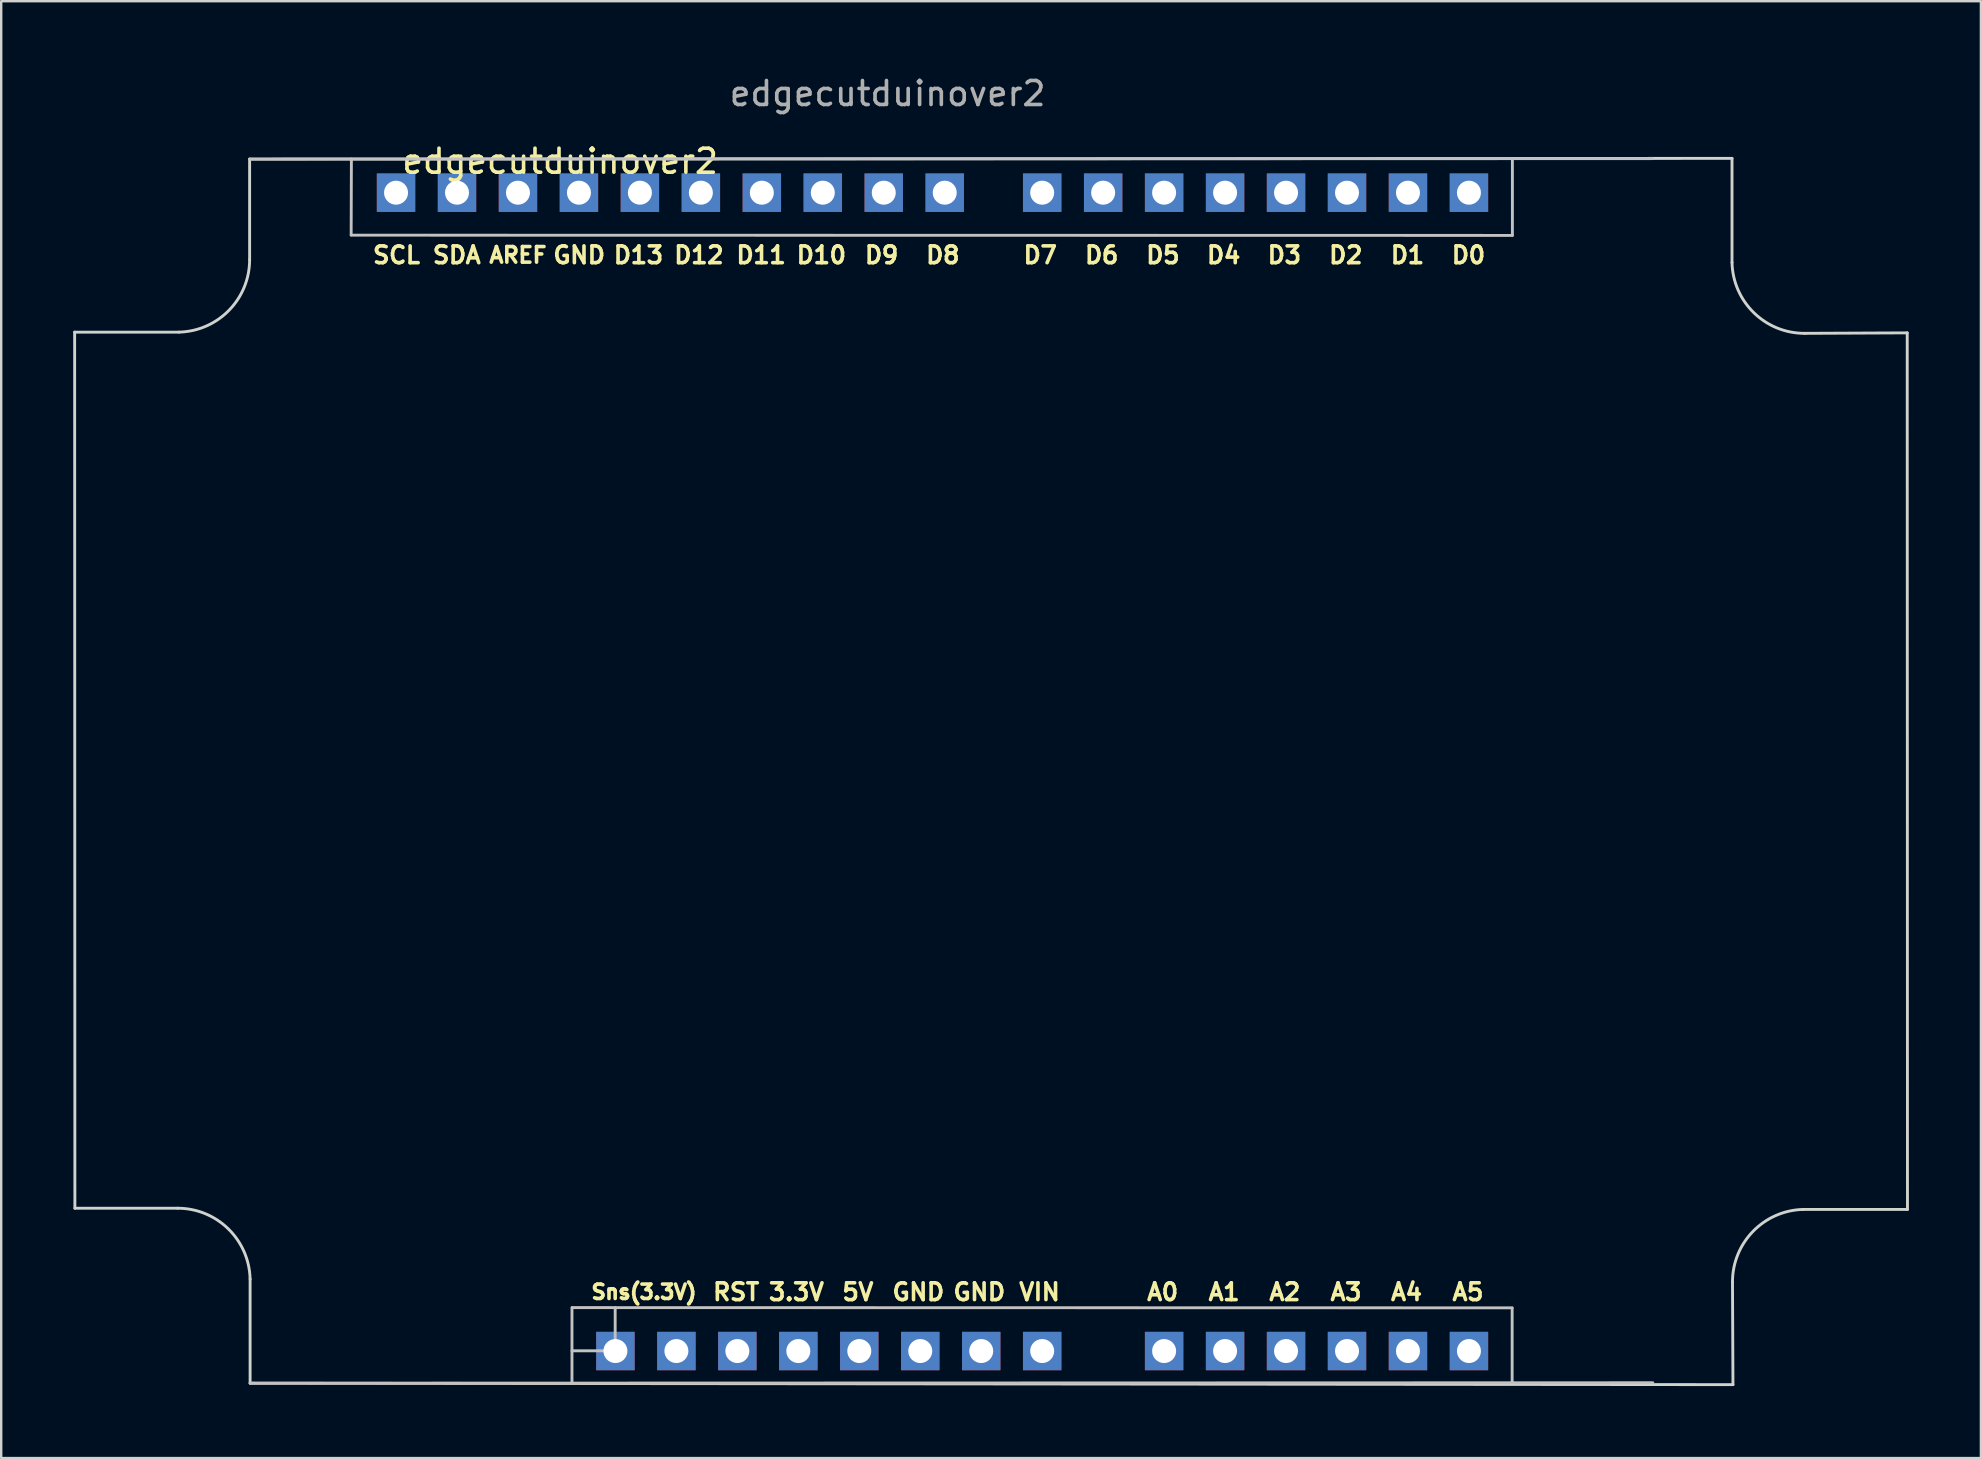
<source format=kicad_pcb>
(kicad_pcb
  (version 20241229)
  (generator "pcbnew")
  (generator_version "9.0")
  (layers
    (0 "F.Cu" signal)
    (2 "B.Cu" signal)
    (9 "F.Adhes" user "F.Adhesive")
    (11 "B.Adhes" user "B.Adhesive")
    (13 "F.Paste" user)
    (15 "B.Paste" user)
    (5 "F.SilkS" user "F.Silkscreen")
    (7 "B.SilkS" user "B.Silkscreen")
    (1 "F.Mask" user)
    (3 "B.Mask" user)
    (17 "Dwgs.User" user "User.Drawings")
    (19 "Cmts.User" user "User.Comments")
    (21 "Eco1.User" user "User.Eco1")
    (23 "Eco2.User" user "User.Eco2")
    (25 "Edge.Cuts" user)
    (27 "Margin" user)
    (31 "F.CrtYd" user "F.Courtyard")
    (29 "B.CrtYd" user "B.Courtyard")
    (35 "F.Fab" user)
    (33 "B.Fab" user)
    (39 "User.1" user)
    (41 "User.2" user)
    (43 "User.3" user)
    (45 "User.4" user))
  (footprint "edgecutduinover2"
    (layer "F.Cu")
    (at 20.01 2.288)
    (property "Reference" "edgecutduinover2" (at 0.277 1.381 0) (layer "F.SilkS") (effects (font (size 1 1) (thickness 0.15))))
    (attr through_hole)
    (fp_line (start -12.66 1.29) (end 45.78 1.27) (stroke (width 0.12) (type solid)) (layer "Dwgs.User"))
    (fp_line (start -12.64 52.29) (end 45.8 52.27) (stroke (width 0.12) (type solid)) (layer "Dwgs.User"))
    (fp_line (start -8.43 4.46) (end 39.95 4.47) (stroke (width 0.12) (type solid)) (layer "Dwgs.User"))
    (fp_line (start -8.42 1.29) (end -8.43 4.45) (stroke (width 0.12) (type solid)) (layer "Dwgs.User"))
    (fp_line (start 0.77 52.3) (end 0.77 49.14) (stroke (width 0.12) (type solid)) (layer "Dwgs.User"))
    (fp_line (start 0.78 49.14) (end 39.94 49.15) (stroke (width 0.12) (type solid)) (layer "Dwgs.User"))
    (fp_line (start 2.57 50.94) (end 0.77 50.94) (stroke (width 0.12) (type solid)) (layer "Dwgs.User"))
    (fp_line (start 2.57 50.94) (end 2.57 49.14) (stroke (width 0.12) (type solid)) (layer "Dwgs.User"))
    (fp_line (start 39.94 52.29) (end 39.94 49.16) (stroke (width 0.12) (type solid)) (layer "Dwgs.User"))
    (fp_line (start 39.95 1.34) (end 39.95 4.47) (stroke (width 0.12) (type solid)) (layer "Dwgs.User"))
    (fp_line (start -19.95 8.5) (end -19.94 45) (stroke (width 0.12) (type solid)) (layer "Edge.Cuts"))
    (fp_line (start -19.95 8.5) (end -15.61 8.5) (stroke (width 0.12) (type solid)) (layer "Edge.Cuts"))
    (fp_line (start -19.94 45) (end -15.66 45) (stroke (width 0.12) (type solid)) (layer "Edge.Cuts"))
    (fp_line (start -12.66 1.29) (end -12.66 5.48) (stroke (width 0.12) (type solid)) (layer "Edge.Cuts"))
    (fp_line (start -12.66 1.29) (end 49.1 1.26) (stroke (width 0.12) (type solid)) (layer "Edge.Cuts"))
    (fp_line (start -12.64 52.29) (end -12.64 47.95) (stroke (width 0.12) (type solid)) (layer "Edge.Cuts"))
    (fp_line (start -12.64 52.29) (end 49.14 52.35) (stroke (width 0.12) (type solid)) (layer "Edge.Cuts"))
    (fp_line (start 49.1 1.26) (end 49.1 5.6) (stroke (width 0.12) (type solid)) (layer "Edge.Cuts"))
    (fp_line (start 49.14 52.35) (end 49.12 48.07) (stroke (width 0.12) (type solid)) (layer "Edge.Cuts"))
    (fp_line (start 56.4 8.53) (end 52.12 8.55) (stroke (width 0.12) (type solid)) (layer "Edge.Cuts"))
    (fp_line (start 56.41 45.05) (end 52.07 45.05) (stroke (width 0.12) (type solid)) (layer "Edge.Cuts"))
    (fp_line (start 56.41 45.05) (end 56.4 8.53) (stroke (width 0.12) (type solid)) (layer "Edge.Cuts"))
    (fp_arc (start -15.66 45) (mid -13.549141 45.859883) (end -12.64 47.95) (stroke (width 0.12) (type solid)) (layer "Edge.Cuts"))
    (fp_arc (start -12.66 5.48) (mid -13.519883 7.590859) (end -15.61 8.5) (stroke (width 0.12) (type solid)) (layer "Edge.Cuts"))
    (fp_arc (start 49.12 48.07) (mid 49.979869 45.959127) (end 52.07 45.05) (stroke (width 0.12) (type solid)) (layer "Edge.Cuts"))
    (fp_arc (start 52.12 8.55) (mid 50.009117 7.690121) (end 49.1 5.6) (stroke (width 0.12) (type solid)) (layer "Edge.Cuts"))
    (fp_text user "A3" (at 33.02 48.49 0) (unlocked yes) (layer "F.SilkS") (effects (font (size 0.7 0.7) (thickness 0.15))))
    (fp_text user "3.3V" (at 10.12 48.49 0) (unlocked yes) (layer "F.SilkS") (effects (font (size 0.7 0.7) (thickness 0.15))))
    (fp_text user "AREF" (at -1.48 5.29 0) (unlocked yes) (layer "F.SilkS") (effects (font (size 0.65 0.65) (thickness 0.15))))
    (fp_text user "D13" (at 3.54 5.29 0) (unlocked yes) (layer "F.SilkS") (effects (font (size 0.7 0.7) (thickness 0.15))))
    (fp_text user "A1" (at 27.94 48.49 0) (unlocked yes) (layer "F.SilkS") (effects (font (size 0.7 0.7) (thickness 0.15))))
    (fp_text user "D8" (at 16.22 5.29 0) (unlocked yes) (layer "F.SilkS") (effects (font (size 0.7 0.7) (thickness 0.15))))
    (fp_text user "RST" (at 7.61 48.49 0) (unlocked yes) (layer "F.SilkS") (effects (font (size 0.7 0.7) (thickness 0.15))))
    (fp_text user "VIN" (at 20.25 48.49 0) (unlocked yes) (layer "F.SilkS") (effects (font (size 0.7 0.7) (thickness 0.15))))
    (fp_text user "GND" (at 15.2 48.49 0) (unlocked yes) (layer "F.SilkS") (effects (font (size 0.7 0.7) (thickness 0.15))))
    (fp_text user "D12" (at 6.06 5.29 0) (unlocked yes) (layer "F.SilkS") (effects (font (size 0.7 0.7) (thickness 0.15))))
    (fp_text user "SDA" (at -4.03 5.29 0) (unlocked yes) (layer "F.SilkS") (effects (font (size 0.7 0.7) (thickness 0.15))))
    (fp_text user "D9" (at 13.67 5.29 0) (unlocked yes) (layer "F.SilkS") (effects (font (size 0.7 0.7) (thickness 0.15))))
    (fp_text user "A4" (at 35.54 48.49 0) (unlocked yes) (layer "F.SilkS") (effects (font (size 0.7 0.7) (thickness 0.15))))
    (fp_text user "D7" (at 20.28 5.29 0) (unlocked yes) (layer "F.SilkS") (effects (font (size 0.7 0.7) (thickness 0.15))))
    (fp_text user "D1" (at 35.58 5.29 0) (unlocked yes) (layer "F.SilkS") (effects (font (size 0.7 0.7) (thickness 0.15))))
    (fp_text user "D4" (at 27.92 5.29 0) (unlocked yes) (layer "F.SilkS") (effects (font (size 0.7 0.7) (thickness 0.15))))
    (fp_text user "SCL" (at -6.54 5.29 0) (unlocked yes) (layer "F.SilkS") (effects (font (size 0.7 0.7) (thickness 0.15))))
    (fp_text user "D3" (at 30.45 5.29 0) (unlocked yes) (layer "F.SilkS") (effects (font (size 0.7 0.7) (thickness 0.15))))
    (fp_text user "A2" (at 30.47 48.49 0) (unlocked yes) (layer "F.SilkS") (effects (font (size 0.7 0.7) (thickness 0.15))))
    (fp_text user "D0" (at 38.12 5.29 0) (unlocked yes) (layer "F.SilkS") (effects (font (size 0.7 0.7) (thickness 0.15))))
    (fp_text user "A0" (at 25.38 48.49 0) (unlocked yes) (layer "F.SilkS") (effects (font (size 0.7 0.7) (thickness 0.15))))
    (fp_text user "D6" (at 22.84 5.29 0) (unlocked yes) (layer "F.SilkS") (effects (font (size 0.7 0.7) (thickness 0.15))))
    (fp_text user "A5" (at 38.1 48.49 0) (unlocked yes) (layer "F.SilkS") (effects (font (size 0.7 0.7) (thickness 0.15))))
    (fp_text user "GND" (at 1.07 5.29 0) (unlocked yes) (layer "F.SilkS") (effects (font (size 0.7 0.7) (thickness 0.15))))
    (fp_text user "5V" (at 12.68 48.49 0) (unlocked yes) (layer "F.SilkS") (effects (font (size 0.7 0.7) (thickness 0.15))))
    (fp_text user "D10" (at 11.16 5.29 0) (unlocked yes) (layer "F.SilkS") (effects (font (size 0.7 0.7) (thickness 0.15))))
    (fp_text user "D5" (at 25.39 5.29 0) (unlocked yes) (layer "F.SilkS") (effects (font (size 0.7 0.7) (thickness 0.15))))
    (fp_text user "D2" (at 33.01 5.29 0) (unlocked yes) (layer "F.SilkS") (effects (font (size 0.7 0.7) (thickness 0.15))))
    (fp_text user "D11" (at 8.65 5.29 0) (unlocked yes) (layer "F.SilkS") (effects (font (size 0.7 0.7) (thickness 0.15))))
    (fp_text user "GND" (at 17.74 48.49 0) (unlocked yes) (layer "F.SilkS") (effects (font (size 0.7 0.7) (thickness 0.15))))
    (fp_text user "Sns(3.3V)" (at 3.77 48.49 0) (unlocked yes) (layer "F.SilkS") (effects (font (size 0.6 0.6) (thickness 0.15))))
    (fp_text user "${REFERENCE}" (at 13.92 -1.44 0) (layer "F.Fab") (effects (font (size 1 1) (thickness 0.15))))
    (pad "1" thru_hole rect (at 2.58 50.95 90) (size 1.6 1.6) (drill 1) (layers "*.Cu" "*.Mask"))
    (pad "2" thru_hole rect (at 5.12 50.95 90) (size 1.6 1.6) (drill 1) (layers "*.Cu" "*.Mask"))
    (pad "3.3V" thru_hole rect (at 10.2 50.95 90) (size 1.6 1.6) (drill 1) (layers "*.Cu" "*.Mask"))
    (pad "5V" thru_hole rect (at 12.74 50.95 90) (size 1.6 1.6) (drill 1) (layers "*.Cu" "*.Mask"))
    (pad "A0" thru_hole rect (at 25.44 50.95 90) (size 1.6 1.6) (drill 1) (layers "*.Cu" "*.Mask"))
    (pad "A1" thru_hole rect (at 27.98 50.95 90) (size 1.6 1.6) (drill 1) (layers "*.Cu" "*.Mask"))
    (pad "A2" thru_hole rect (at 30.52 50.95 90) (size 1.6 1.6) (drill 1) (layers "*.Cu" "*.Mask"))
    (pad "A3" thru_hole rect (at 33.06 50.95 90) (size 1.6 1.6) (drill 1) (layers "*.Cu" "*.Mask"))
    (pad "A4" thru_hole rect (at 35.6 50.95 90) (size 1.6 1.6) (drill 1) (layers "*.Cu" "*.Mask"))
    (pad "A5" thru_hole rect (at 38.14 50.95 90) (size 1.6 1.6) (drill 1) (layers "*.Cu" "*.Mask"))
    (pad "AREF" thru_hole rect (at -1.48 2.69 90) (size 1.6 1.6) (drill 1) (layers "*.Cu" "*.Mask"))
    (pad "D0" thru_hole rect (at 38.14 2.69 90) (size 1.6 1.6) (drill 1) (layers "*.Cu" "*.Mask"))
    (pad "D1" thru_hole rect (at 35.6 2.69 90) (size 1.6 1.6) (drill 1) (layers "*.Cu" "*.Mask"))
    (pad "D2" thru_hole rect (at 33.06 2.69 90) (size 1.6 1.6) (drill 1) (layers "*.Cu" "*.Mask"))
    (pad "D3" thru_hole rect (at 30.52 2.69 90) (size 1.6 1.6) (drill 1) (layers "*.Cu" "*.Mask"))
    (pad "D4" thru_hole rect (at 27.98 2.69 90) (size 1.6 1.6) (drill 1) (layers "*.Cu" "*.Mask"))
    (pad "D5" thru_hole rect (at 25.44 2.69 90) (size 1.6 1.6) (drill 1) (layers "*.Cu" "*.Mask"))
    (pad "D6" thru_hole rect (at 22.9 2.69 90) (size 1.6 1.6) (drill 1) (layers "*.Cu" "*.Mask"))
    (pad "D7" thru_hole rect (at 20.36 2.69 90) (size 1.6 1.6) (drill 1) (layers "*.Cu" "*.Mask"))
    (pad "D8" thru_hole rect (at 16.3 2.69 90) (size 1.6 1.6) (drill 1) (layers "*.Cu" "*.Mask"))
    (pad "D9" thru_hole rect (at 13.76 2.69 90) (size 1.6 1.6) (drill 1) (layers "*.Cu" "*.Mask"))
    (pad "D10" thru_hole rect (at 11.22 2.69 90) (size 1.6 1.6) (drill 1) (layers "*.Cu" "*.Mask"))
    (pad "D11" thru_hole rect (at 8.68 2.69 90) (size 1.6 1.6) (drill 1) (layers "*.Cu" "*.Mask"))
    (pad "D12" thru_hole rect (at 6.14 2.69 90) (size 1.6 1.6) (drill 1) (layers "*.Cu" "*.Mask"))
    (pad "D13" thru_hole rect (at 3.6 2.69 90) (size 1.6 1.6) (drill 1) (layers "*.Cu" "*.Mask"))
    (pad "GND" thru_hole rect (at 1.06 2.69 90) (size 1.6 1.6) (drill 1) (layers "*.Cu" "*.Mask"))
    (pad "GND" thru_hole rect (at 15.28 50.95 90) (size 1.6 1.6) (drill 1) (layers "*.Cu" "*.Mask"))
    (pad "GND" thru_hole rect (at 17.82 50.95 90) (size 1.6 1.6) (drill 1) (layers "*.Cu" "*.Mask"))
    (pad "RESET" thru_hole rect (at 7.66 50.95 90) (size 1.6 1.6) (drill 1) (layers "*.Cu" "*.Mask"))
    (pad "SCL" thru_hole rect (at -6.56 2.69 90) (size 1.6 1.6) (drill 1) (layers "*.Cu" "*.Mask"))
    (pad "SDA" thru_hole rect (at -4.02 2.69 90) (size 1.6 1.6) (drill 1) (layers "*.Cu" "*.Mask"))
    (pad "VIN" thru_hole rect (at 20.36 50.95 90) (size 1.6 1.6) (drill 1) (layers "*.Cu" "*.Mask")))
  (gr_rect
    (start -3 -3)
    (end 79.48 57.698)
    (stroke (width 0.1) (type default))
    (fill no)
    (layer "Edge.Cuts")))
</source>
